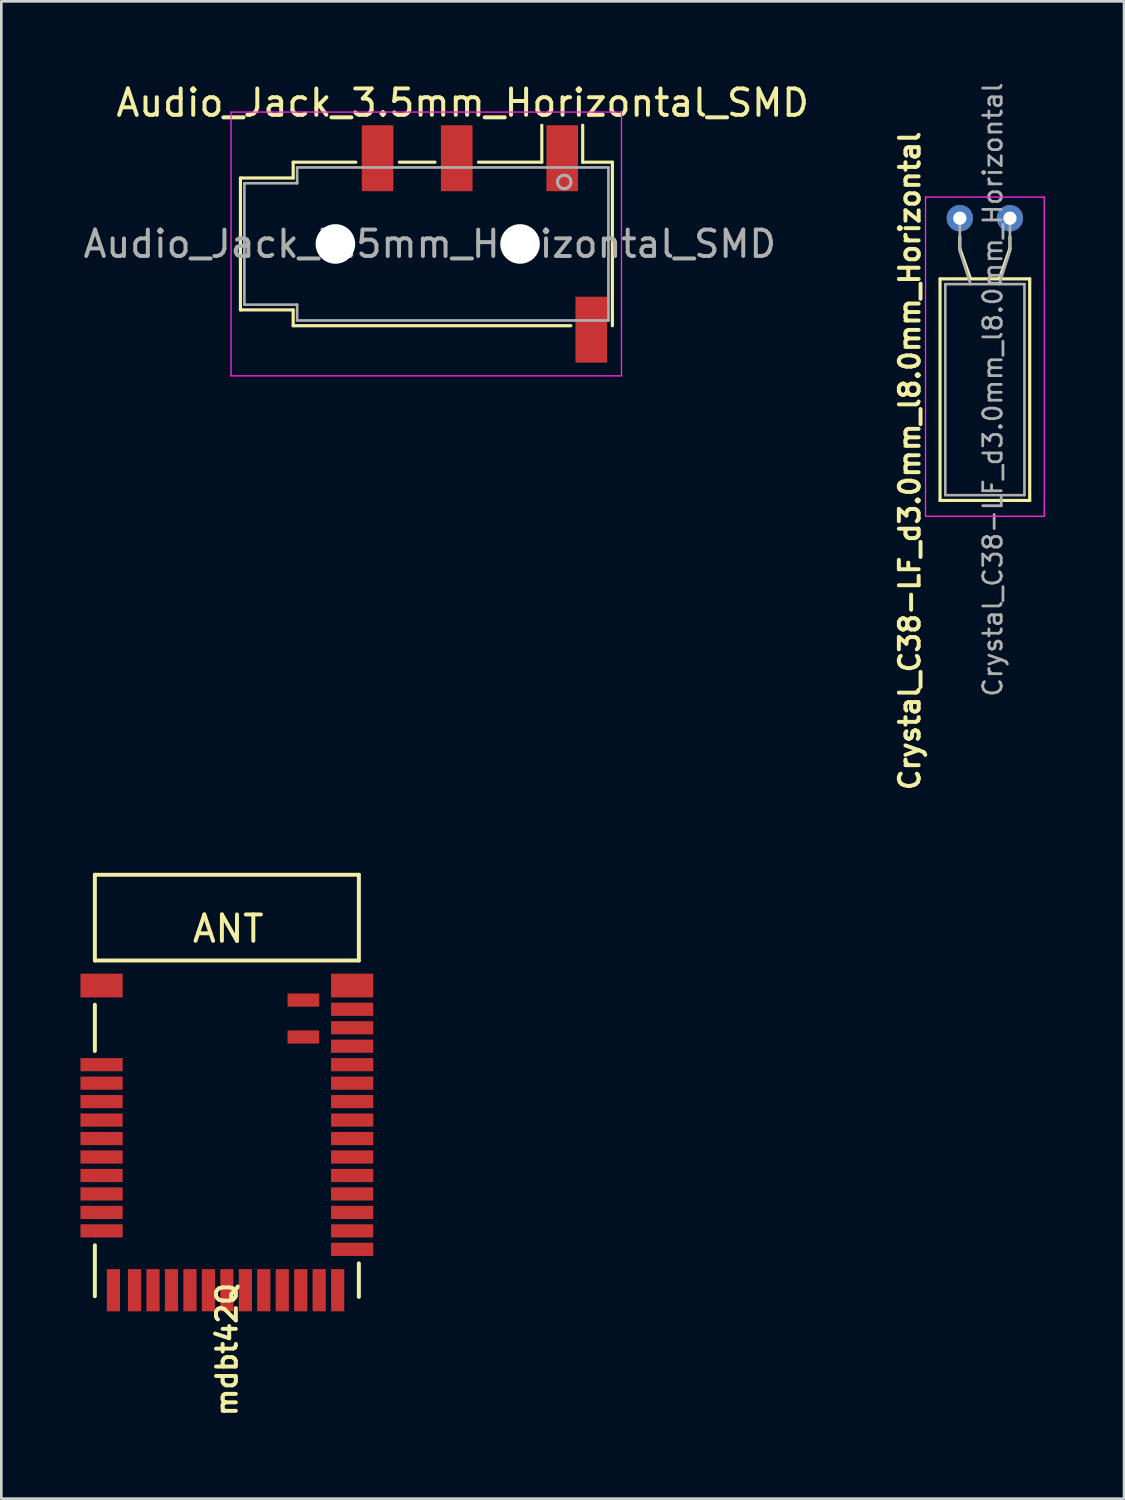
<source format=kicad_pcb>
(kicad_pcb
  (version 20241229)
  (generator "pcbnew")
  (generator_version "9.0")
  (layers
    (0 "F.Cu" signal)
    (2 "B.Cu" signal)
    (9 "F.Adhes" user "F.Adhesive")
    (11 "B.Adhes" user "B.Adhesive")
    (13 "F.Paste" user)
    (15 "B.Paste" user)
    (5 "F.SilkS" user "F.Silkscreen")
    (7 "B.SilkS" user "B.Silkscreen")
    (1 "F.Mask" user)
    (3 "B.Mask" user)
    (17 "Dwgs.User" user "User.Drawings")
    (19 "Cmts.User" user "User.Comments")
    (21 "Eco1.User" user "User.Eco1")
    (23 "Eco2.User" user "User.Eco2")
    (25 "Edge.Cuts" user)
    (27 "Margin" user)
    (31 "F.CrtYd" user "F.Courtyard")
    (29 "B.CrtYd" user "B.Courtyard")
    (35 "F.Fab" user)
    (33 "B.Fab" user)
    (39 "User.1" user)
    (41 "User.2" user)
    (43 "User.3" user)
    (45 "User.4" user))
  (footprint "mdbt42Q"
    (layer "F.Cu")
    (at 5.55 39.61)
    (property "Reference" "mdbt42Q" (at 0 8.5 90) (layer "F.SilkS") (effects (font (size 0.75 0.75) (thickness 0.15))))
    (attr through_hole)
    (fp_line (start -5.004 -9.5) (end -5.004 -6.248) (stroke (width 0.15) (type solid)) (layer "F.SilkS"))
    (fp_line (start -5.004 -2.819) (end -5.004 -4.572) (stroke (width 0.15) (type solid)) (layer "F.SilkS"))
    (fp_line (start -5.004 6.477) (end -5.004 4.547) (stroke (width 0.15) (type solid)) (layer "F.SilkS"))
    (fp_line (start -5 -9.5) (end 5 -9.5) (stroke (width 0.15) (type solid)) (layer "F.SilkS"))
    (fp_line (start 5 -6.25) (end -5 -6.25) (stroke (width 0.15) (type solid)) (layer "F.SilkS"))
    (fp_line (start 5.004 -9.5) (end 5.004 -6.248) (stroke (width 0.15) (type solid)) (layer "F.SilkS"))
    (fp_line (start 5.004 6.502) (end 5.004 5.232) (stroke (width 0.15) (type solid)) (layer "F.SilkS"))
    (fp_text user "ANT" (at 0.05 -7.45 0) (layer "F.SilkS") (effects (font (size 1 1) (thickness 0.15))))
    (pad "1" smd rect (at -4.75 -5.3) (size 1.6 0.9) (layers "F.Cu" "F.Mask" "F.Paste"))
    (pad "2" smd rect (at -4.75 -2.3) (size 1.6 0.5) (layers "F.Cu" "F.Mask" "F.Paste"))
    (pad "3" smd rect (at -4.75 -1.6) (size 1.6 0.5) (layers "F.Cu" "F.Mask" "F.Paste"))
    (pad "4" smd rect (at -4.75 -0.9) (size 1.6 0.5) (layers "F.Cu" "F.Mask" "F.Paste"))
    (pad "5" smd rect (at -4.75 -0.2) (size 1.6 0.5) (layers "F.Cu" "F.Mask" "F.Paste"))
    (pad "6" smd rect (at -4.75 0.5) (size 1.6 0.5) (layers "F.Cu" "F.Mask" "F.Paste"))
    (pad "7" smd rect (at -4.75 1.2) (size 1.6 0.5) (layers "F.Cu" "F.Mask" "F.Paste"))
    (pad "8" smd rect (at -4.75 1.9) (size 1.6 0.5) (layers "F.Cu" "F.Mask" "F.Paste"))
    (pad "9" smd rect (at -4.75 2.6) (size 1.6 0.5) (layers "F.Cu" "F.Mask" "F.Paste"))
    (pad "10" smd rect (at -4.75 3.3) (size 1.6 0.5) (layers "F.Cu" "F.Mask" "F.Paste"))
    (pad "11" smd rect (at -4.75 4) (size 1.6 0.5) (layers "F.Cu" "F.Mask" "F.Paste"))
    (pad "12" smd rect (at -4.3 6.25) (size 0.5 1.6) (layers "F.Cu" "F.Mask" "F.Paste"))
    (pad "13" smd rect (at -3.5 6.25) (size 0.5 1.6) (layers "F.Cu" "F.Mask" "F.Paste"))
    (pad "14" smd rect (at -2.8 6.25) (size 0.5 1.6) (layers "F.Cu" "F.Mask" "F.Paste"))
    (pad "15" smd rect (at -2.1 6.25) (size 0.5 1.6) (layers "F.Cu" "F.Mask" "F.Paste"))
    (pad "16" smd rect (at -1.4 6.25) (size 0.5 1.6) (layers "F.Cu" "F.Mask" "F.Paste"))
    (pad "17" smd rect (at -0.7 6.25) (size 0.5 1.6) (layers "F.Cu" "F.Mask" "F.Paste"))
    (pad "18" smd rect (at 0 6.25) (size 0.5 1.6) (layers "F.Cu" "F.Mask" "F.Paste"))
    (pad "19" smd rect (at 0.7 6.25) (size 0.5 1.6) (layers "F.Cu" "F.Mask" "F.Paste"))
    (pad "20" smd rect (at 1.4 6.25) (size 0.5 1.6) (layers "F.Cu" "F.Mask" "F.Paste"))
    (pad "21" smd rect (at 2.1 6.25) (size 0.5 1.6) (layers "F.Cu" "F.Mask" "F.Paste"))
    (pad "22" smd rect (at 2.8 6.25) (size 0.5 1.6) (layers "F.Cu" "F.Mask" "F.Paste"))
    (pad "23" smd rect (at 3.5 6.25) (size 0.5 1.6) (layers "F.Cu" "F.Mask" "F.Paste"))
    (pad "24" smd rect (at 4.2 6.25) (size 0.5 1.6) (layers "F.Cu" "F.Mask" "F.Paste"))
    (pad "25" smd rect (at 4.75 4.7) (size 1.6 0.5) (layers "F.Cu" "F.Mask" "F.Paste"))
    (pad "26" smd rect (at 4.75 4) (size 1.6 0.5) (layers "F.Cu" "F.Mask" "F.Paste"))
    (pad "27" smd rect (at 4.75 3.3) (size 1.6 0.5) (layers "F.Cu" "F.Mask" "F.Paste"))
    (pad "28" smd rect (at 4.75 2.6) (size 1.6 0.5) (layers "F.Cu" "F.Mask" "F.Paste"))
    (pad "29" smd rect (at 4.75 1.9) (size 1.6 0.5) (layers "F.Cu" "F.Mask" "F.Paste"))
    (pad "30" smd rect (at 4.75 1.2) (size 1.6 0.5) (layers "F.Cu" "F.Mask" "F.Paste"))
    (pad "31" smd rect (at 4.75 0.5) (size 1.6 0.5) (layers "F.Cu" "F.Mask" "F.Paste"))
    (pad "32" smd rect (at 4.75 -0.2) (size 1.6 0.5) (layers "F.Cu" "F.Mask" "F.Paste"))
    (pad "33" smd rect (at 4.75 -0.9) (size 1.6 0.5) (layers "F.Cu" "F.Mask" "F.Paste"))
    (pad "34" smd rect (at 4.75 -1.6) (size 1.6 0.5) (layers "F.Cu" "F.Mask" "F.Paste"))
    (pad "35" smd rect (at 4.75 -2.3) (size 1.6 0.5) (layers "F.Cu" "F.Mask" "F.Paste"))
    (pad "36" smd rect (at 4.75 -3) (size 1.6 0.5) (layers "F.Cu" "F.Mask" "F.Paste"))
    (pad "37" smd rect (at 4.75 -3.7) (size 1.6 0.5) (layers "F.Cu" "F.Mask" "F.Paste"))
    (pad "38" smd rect (at 4.75 -4.4) (size 1.6 0.5) (layers "F.Cu" "F.Mask" "F.Paste"))
    (pad "39" smd rect (at 4.75 -5.3) (size 1.6 0.9) (layers "F.Cu" "F.Mask" "F.Paste"))
    (pad "40" smd rect (at 2.9 -4.75) (size 1.2 0.5) (layers "F.Cu" "F.Mask" "F.Paste"))
    (pad "41" smd rect (at 2.9 -3.35) (size 1.2 0.5) (layers "F.Cu" "F.Mask" "F.Paste")))
  (footprint "Crystal_C38-LF_d3.0mm_l8.0mm_Horizontal"
    (layer "F.Cu")
    (at 33.335 5.221)
    (property "Reference" "Crystal_C38-LF_d3.0mm_l8.0mm_Horizontal" (at -1.9 9.2 270) (layer "F.SilkS") (effects (font (size 0.75 0.75) (thickness 0.15))))
    (attr through_hole)
    (fp_line (start -0.75 2.3) (end -0.75 10.7) (stroke (width 0.12) (type solid)) (layer "F.SilkS"))
    (fp_line (start -0.75 10.7) (end 2.65 10.7) (stroke (width 0.12) (type solid)) (layer "F.SilkS"))
    (fp_line (start 0 1.15) (end 0 0.7) (stroke (width 0.12) (type solid)) (layer "F.SilkS"))
    (fp_line (start 0.405 2.3) (end 0 1.15) (stroke (width 0.12) (type solid)) (layer "F.SilkS"))
    (fp_line (start 1.495 2.3) (end 1.9 1.15) (stroke (width 0.12) (type solid)) (layer "F.SilkS"))
    (fp_line (start 1.9 1.15) (end 1.9 0.7) (stroke (width 0.12) (type solid)) (layer "F.SilkS"))
    (fp_line (start 2.65 2.3) (end -0.75 2.3) (stroke (width 0.12) (type solid)) (layer "F.SilkS"))
    (fp_line (start 2.65 10.7) (end 2.65 2.3) (stroke (width 0.12) (type solid)) (layer "F.SilkS"))
    (fp_line (start -1.3 -0.8) (end -1.3 11.3) (stroke (width 0.05) (type solid)) (layer "F.CrtYd"))
    (fp_line (start -1.3 11.3) (end 3.2 11.3) (stroke (width 0.05) (type solid)) (layer "F.CrtYd"))
    (fp_line (start 3.2 -0.8) (end -1.3 -0.8) (stroke (width 0.05) (type solid)) (layer "F.CrtYd"))
    (fp_line (start 3.2 11.3) (end 3.2 -0.8) (stroke (width 0.05) (type solid)) (layer "F.CrtYd"))
    (fp_line (start -0.55 2.5) (end -0.55 10.5) (stroke (width 0.1) (type solid)) (layer "F.Fab"))
    (fp_line (start -0.55 10.5) (end 2.45 10.5) (stroke (width 0.1) (type solid)) (layer "F.Fab"))
    (fp_line (start 0 1.25) (end 0 0) (stroke (width 0.1) (type solid)) (layer "F.Fab"))
    (fp_line (start 0.405 2.5) (end 0 1.25) (stroke (width 0.1) (type solid)) (layer "F.Fab"))
    (fp_line (start 1.495 2.5) (end 1.9 1.25) (stroke (width 0.1) (type solid)) (layer "F.Fab"))
    (fp_line (start 1.9 1.25) (end 1.9 0) (stroke (width 0.1) (type solid)) (layer "F.Fab"))
    (fp_line (start 2.45 2.5) (end -0.55 2.5) (stroke (width 0.1) (type solid)) (layer "F.Fab"))
    (fp_line (start 2.45 10.5) (end 2.45 2.5) (stroke (width 0.1) (type solid)) (layer "F.Fab"))
    (fp_text user "${REFERENCE}" (at 1.25 6.5 90) (layer "F.Fab") (effects (font (size 0.7 0.7) (thickness 0.105))))
    (pad "1" thru_hole circle (at 0 0) (size 1 1) (drill 0.5) (layers "*.Cu" "*.Mask"))
    (pad "2" thru_hole circle (at 1.9 0) (size 1 1) (drill 0.5) (layers "*.Cu" "*.Mask")))
  (footprint "Audio_Jack_3.5mm_Horizontal_SMD"
    (layer "F.Cu")
    (at 14.439 6.198)
    (property "Reference" "Audio_Jack_3.5mm_Horizontal_SMD" (at 0.05 -5.35 0) (layer "F.SilkS") (effects (font (size 1 1) (thickness 0.15))))
    (attr smd)
    (fp_line (start -8.375 -2.5) (end -8.375 2.5) (stroke (width 0.12) (type solid)) (layer "F.SilkS"))
    (fp_line (start -6.375 -3.1) (end -6.375 -2.5) (stroke (width 0.12) (type solid)) (layer "F.SilkS"))
    (fp_line (start -6.375 -3.1) (end -4 -3.1) (stroke (width 0.12) (type solid)) (layer "F.SilkS"))
    (fp_line (start -6.375 -2.5) (end -8.375 -2.5) (stroke (width 0.12) (type solid)) (layer "F.SilkS"))
    (fp_line (start -6.375 2.5) (end -8.375 2.5) (stroke (width 0.12) (type solid)) (layer "F.SilkS"))
    (fp_line (start -6.375 2.5) (end -6.375 3.1) (stroke (width 0.12) (type solid)) (layer "F.SilkS"))
    (fp_line (start -2.35 -3.1) (end -1 -3.1) (stroke (width 0.12) (type solid)) (layer "F.SilkS"))
    (fp_line (start 0.65 -3.1) (end 3.05 -3.1) (stroke (width 0.12) (type solid)) (layer "F.SilkS"))
    (fp_line (start 3.05 -3.1) (end 3.05 -4.5) (stroke (width 0.12) (type solid)) (layer "F.SilkS"))
    (fp_line (start 4.15 3.1) (end -6.375 3.1) (stroke (width 0.12) (type solid)) (layer "F.SilkS"))
    (fp_line (start 4.6 -3.1) (end 4.6 -4.5) (stroke (width 0.12) (type solid)) (layer "F.SilkS"))
    (fp_line (start 4.6 -3.1) (end 5.725 -3.1) (stroke (width 0.12) (type solid)) (layer "F.SilkS"))
    (fp_line (start 5.725 3.1) (end 5.725 -3.1) (stroke (width 0.12) (type solid)) (layer "F.SilkS"))
    (fp_line (start -8.73 -5) (end 6.07 -5) (stroke (width 0.05) (type solid)) (layer "F.CrtYd"))
    (fp_line (start -8.73 5) (end -8.73 -5) (stroke (width 0.05) (type solid)) (layer "F.CrtYd"))
    (fp_line (start -8.73 5) (end 6.07 5) (stroke (width 0.05) (type solid)) (layer "F.CrtYd"))
    (fp_line (start 6.07 5) (end 6.07 -5) (stroke (width 0.05) (type solid)) (layer "F.CrtYd"))
    (fp_line (start -8.225 -2.3) (end -6.225 -2.3) (stroke (width 0.1) (type solid)) (layer "F.Fab"))
    (fp_line (start -8.225 2.3) (end -8.225 -2.3) (stroke (width 0.1) (type solid)) (layer "F.Fab"))
    (fp_line (start -6.225 -2.9) (end 5.575 -2.9) (stroke (width 0.1) (type solid)) (layer "F.Fab"))
    (fp_line (start -6.225 -2.3) (end -6.225 -2.9) (stroke (width 0.1) (type solid)) (layer "F.Fab"))
    (fp_line (start -6.225 2.3) (end -8.225 2.3) (stroke (width 0.1) (type solid)) (layer "F.Fab"))
    (fp_line (start -6.225 2.9) (end -6.225 2.3) (stroke (width 0.1) (type solid)) (layer "F.Fab"))
    (fp_line (start 5.575 -2.9) (end 5.575 2.9) (stroke (width 0.1) (type solid)) (layer "F.Fab"))
    (fp_line (start 5.575 2.9) (end -6.225 2.9) (stroke (width 0.1) (type solid)) (layer "F.Fab"))
    (fp_circle (center 3.9 -2.35) (end 3.95 -2.1) (stroke (width 0.12) (type solid)) (fill no) (layer "F.Fab"))
    (fp_text user "${REFERENCE}" (at -1.195 0 0) (layer "F.Fab") (effects (font (size 1 1) (thickness 0.15))))
    (pad "" np_thru_hole circle (at -4.775 0) (size 1.5 1.5) (drill 1.5) (layers "*.Cu" "*.Mask"))
    (pad "" np_thru_hole circle (at 2.225 0) (size 1.5 1.5) (drill 1.5) (layers "*.Cu" "*.Mask"))
    (pad "2" smd rect (at -3.175 -3.25) (size 1.2 2.5) (layers "F.Cu" "F.Mask" "F.Paste"))
    (pad "3" smd rect (at -0.175 -3.25) (size 1.2 2.5) (layers "F.Cu" "F.Mask" "F.Paste"))
    (pad "4" smd rect (at 3.825 -3.25) (size 1.2 2.5) (layers "F.Cu" "F.Mask" "F.Paste"))
    (pad "5" smd rect (at 4.925 3.25) (size 1.2 2.5) (layers "F.Cu" "F.Mask" "F.Paste")))
  (gr_rect
    (start -3 -3)
    (end 39.56 53.76)
    (stroke (width 0.1) (type default))
    (fill no)
    (layer "Edge.Cuts")))
</source>
